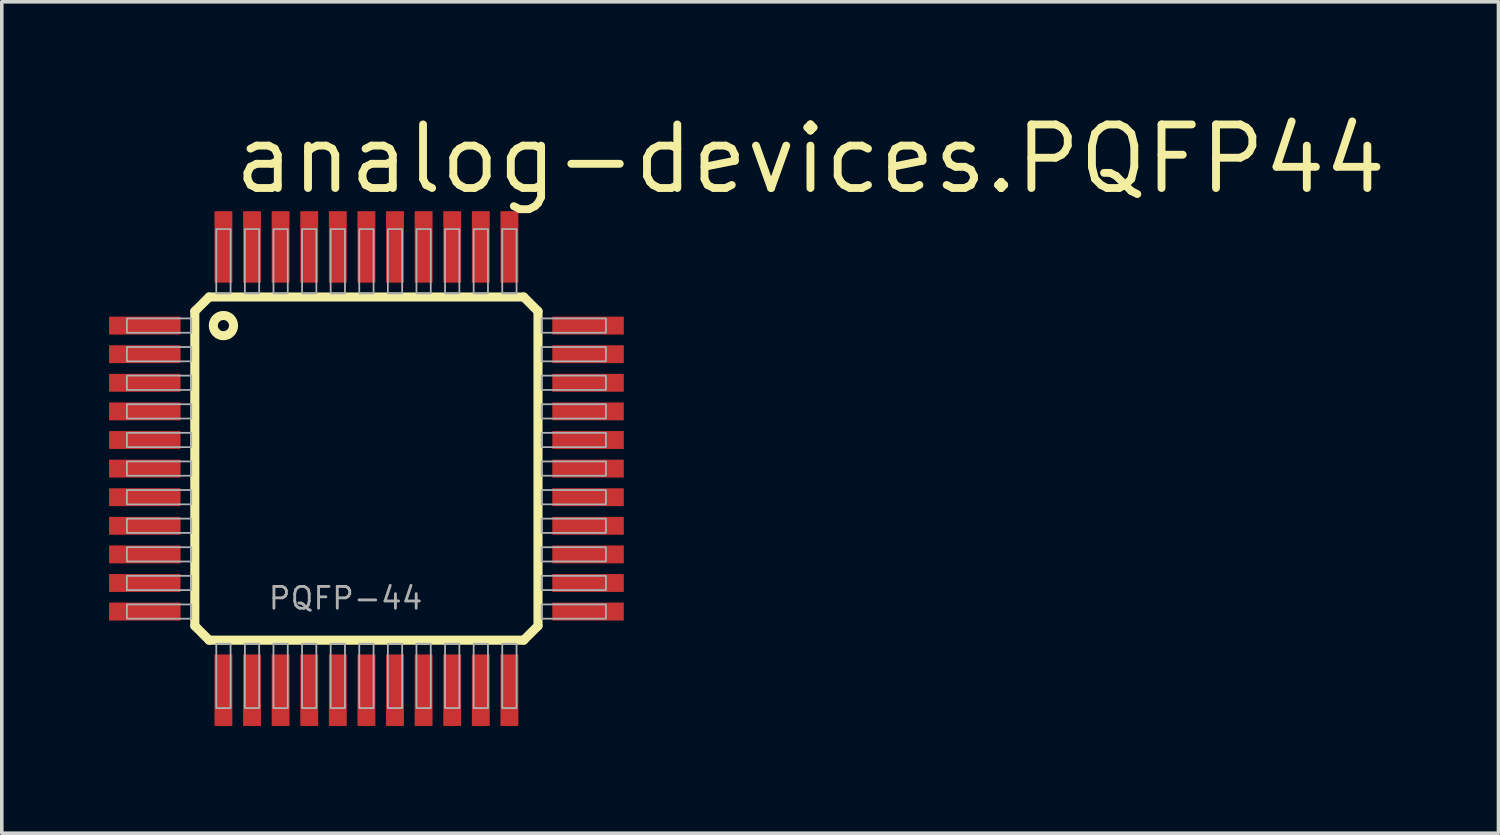
<source format=kicad_pcb>
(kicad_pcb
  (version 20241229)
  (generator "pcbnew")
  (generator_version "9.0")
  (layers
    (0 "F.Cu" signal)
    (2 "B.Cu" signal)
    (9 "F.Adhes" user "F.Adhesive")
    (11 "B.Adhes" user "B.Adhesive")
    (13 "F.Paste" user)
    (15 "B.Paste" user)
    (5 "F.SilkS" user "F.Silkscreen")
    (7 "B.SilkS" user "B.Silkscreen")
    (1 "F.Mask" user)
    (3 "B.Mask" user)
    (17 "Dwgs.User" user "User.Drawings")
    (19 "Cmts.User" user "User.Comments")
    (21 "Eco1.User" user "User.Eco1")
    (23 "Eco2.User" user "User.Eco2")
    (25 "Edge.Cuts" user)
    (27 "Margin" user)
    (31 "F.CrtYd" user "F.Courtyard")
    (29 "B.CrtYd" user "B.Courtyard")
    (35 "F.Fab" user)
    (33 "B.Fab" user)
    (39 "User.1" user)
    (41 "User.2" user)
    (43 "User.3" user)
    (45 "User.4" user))
  (footprint "analog-devices.PQFP44"
    (layer "F.Cu")
    (at 7.2 10.058)
    (property "Reference" "analog-devices.PQFP44" (at -3.81 -7.62 0) (layer "F.SilkS") (effects (font (size 1.778 1.778) (thickness 0.22)) (justify left bottom)))
    (attr smd)
    (fp_line (start -4.8 -4.4) (end -4.4 -4.8) (stroke (width 0.254) (type default)) (layer "F.SilkS"))
    (fp_line (start -4.8 4.4) (end -4.8 -4.4) (stroke (width 0.254) (type default)) (layer "F.SilkS"))
    (fp_line (start -4.4 -4.8) (end 4.4 -4.8) (stroke (width 0.254) (type default)) (layer "F.SilkS"))
    (fp_line (start -4.4 4.8) (end -4.8 4.4) (stroke (width 0.254) (type default)) (layer "F.SilkS"))
    (fp_line (start 4.4 -4.8) (end 4.8 -4.4) (stroke (width 0.254) (type default)) (layer "F.SilkS"))
    (fp_line (start 4.4 4.8) (end -4.4 4.8) (stroke (width 0.254) (type default)) (layer "F.SilkS"))
    (fp_line (start 4.8 -4.4) (end 4.8 4.4) (stroke (width 0.254) (type default)) (layer "F.SilkS"))
    (fp_line (start 4.8 4.4) (end 4.4 4.8) (stroke (width 0.254) (type default)) (layer "F.SilkS"))
    (fp_circle (center -4 -4) (end -3.717 -4) (stroke (width 0.254) (type default)) (fill no) (layer "F.SilkS"))
    (fp_rect (start -6.7 -3.8) (end -4.9 -4.2) (stroke (width 0.05) (type default)) (fill no) (layer "F.Fab"))
    (fp_rect (start -6.7 -3) (end -4.9 -3.4) (stroke (width 0.05) (type default)) (fill no) (layer "F.Fab"))
    (fp_rect (start -6.7 -2.2) (end -4.9 -2.6) (stroke (width 0.05) (type default)) (fill no) (layer "F.Fab"))
    (fp_rect (start -6.7 -1.4) (end -4.9 -1.8) (stroke (width 0.05) (type default)) (fill no) (layer "F.Fab"))
    (fp_rect (start -6.7 -0.6) (end -4.9 -1) (stroke (width 0.05) (type default)) (fill no) (layer "F.Fab"))
    (fp_rect (start -6.7 0.2) (end -4.9 -0.2) (stroke (width 0.05) (type default)) (fill no) (layer "F.Fab"))
    (fp_rect (start -6.7 1) (end -4.9 0.6) (stroke (width 0.05) (type default)) (fill no) (layer "F.Fab"))
    (fp_rect (start -6.7 1.8) (end -4.9 1.4) (stroke (width 0.05) (type default)) (fill no) (layer "F.Fab"))
    (fp_rect (start -6.7 2.6) (end -4.9 2.2) (stroke (width 0.05) (type default)) (fill no) (layer "F.Fab"))
    (fp_rect (start -6.7 3.4) (end -4.9 3) (stroke (width 0.05) (type default)) (fill no) (layer "F.Fab"))
    (fp_rect (start -6.7 4.2) (end -4.9 3.8) (stroke (width 0.05) (type default)) (fill no) (layer "F.Fab"))
    (fp_rect (start -4.2 -4.9) (end -3.8 -6.7) (stroke (width 0.05) (type default)) (fill no) (layer "F.Fab"))
    (fp_rect (start -4.2 6.7) (end -3.8 4.9) (stroke (width 0.05) (type default)) (fill no) (layer "F.Fab"))
    (fp_rect (start -3.4 -4.9) (end -3 -6.7) (stroke (width 0.05) (type default)) (fill no) (layer "F.Fab"))
    (fp_rect (start -3.4 6.7) (end -3 4.9) (stroke (width 0.05) (type default)) (fill no) (layer "F.Fab"))
    (fp_rect (start -2.6 -4.9) (end -2.2 -6.7) (stroke (width 0.05) (type default)) (fill no) (layer "F.Fab"))
    (fp_rect (start -2.6 6.7) (end -2.2 4.9) (stroke (width 0.05) (type default)) (fill no) (layer "F.Fab"))
    (fp_rect (start -1.8 -4.9) (end -1.4 -6.7) (stroke (width 0.05) (type default)) (fill no) (layer "F.Fab"))
    (fp_rect (start -1.8 6.7) (end -1.4 4.9) (stroke (width 0.05) (type default)) (fill no) (layer "F.Fab"))
    (fp_rect (start -1 -4.9) (end -0.6 -6.7) (stroke (width 0.05) (type default)) (fill no) (layer "F.Fab"))
    (fp_rect (start -1 6.7) (end -0.6 4.9) (stroke (width 0.05) (type default)) (fill no) (layer "F.Fab"))
    (fp_rect (start -0.2 -4.9) (end 0.2 -6.7) (stroke (width 0.05) (type default)) (fill no) (layer "F.Fab"))
    (fp_rect (start -0.2 6.7) (end 0.2 4.9) (stroke (width 0.05) (type default)) (fill no) (layer "F.Fab"))
    (fp_rect (start 0.6 -4.9) (end 1 -6.7) (stroke (width 0.05) (type default)) (fill no) (layer "F.Fab"))
    (fp_rect (start 0.6 6.7) (end 1 4.9) (stroke (width 0.05) (type default)) (fill no) (layer "F.Fab"))
    (fp_rect (start 1.4 -4.9) (end 1.8 -6.7) (stroke (width 0.05) (type default)) (fill no) (layer "F.Fab"))
    (fp_rect (start 1.4 6.7) (end 1.8 4.9) (stroke (width 0.05) (type default)) (fill no) (layer "F.Fab"))
    (fp_rect (start 2.2 -4.9) (end 2.6 -6.7) (stroke (width 0.05) (type default)) (fill no) (layer "F.Fab"))
    (fp_rect (start 2.2 6.7) (end 2.6 4.9) (stroke (width 0.05) (type default)) (fill no) (layer "F.Fab"))
    (fp_rect (start 3 -4.9) (end 3.4 -6.7) (stroke (width 0.05) (type default)) (fill no) (layer "F.Fab"))
    (fp_rect (start 3 6.7) (end 3.4 4.9) (stroke (width 0.05) (type default)) (fill no) (layer "F.Fab"))
    (fp_rect (start 3.8 -4.9) (end 4.2 -6.7) (stroke (width 0.05) (type default)) (fill no) (layer "F.Fab"))
    (fp_rect (start 3.8 6.7) (end 4.2 4.9) (stroke (width 0.05) (type default)) (fill no) (layer "F.Fab"))
    (fp_rect (start 4.9 -3.8) (end 6.7 -4.2) (stroke (width 0.05) (type default)) (fill no) (layer "F.Fab"))
    (fp_rect (start 4.9 -3) (end 6.7 -3.4) (stroke (width 0.05) (type default)) (fill no) (layer "F.Fab"))
    (fp_rect (start 4.9 -2.2) (end 6.7 -2.6) (stroke (width 0.05) (type default)) (fill no) (layer "F.Fab"))
    (fp_rect (start 4.9 -1.4) (end 6.7 -1.8) (stroke (width 0.05) (type default)) (fill no) (layer "F.Fab"))
    (fp_rect (start 4.9 -0.6) (end 6.7 -1) (stroke (width 0.05) (type default)) (fill no) (layer "F.Fab"))
    (fp_rect (start 4.9 0.2) (end 6.7 -0.2) (stroke (width 0.05) (type default)) (fill no) (layer "F.Fab"))
    (fp_rect (start 4.9 1) (end 6.7 0.6) (stroke (width 0.05) (type default)) (fill no) (layer "F.Fab"))
    (fp_rect (start 4.9 1.8) (end 6.7 1.4) (stroke (width 0.05) (type default)) (fill no) (layer "F.Fab"))
    (fp_rect (start 4.9 2.6) (end 6.7 2.2) (stroke (width 0.05) (type default)) (fill no) (layer "F.Fab"))
    (fp_rect (start 4.9 3.4) (end 6.7 3) (stroke (width 0.05) (type default)) (fill no) (layer "F.Fab"))
    (fp_rect (start 4.9 4.2) (end 6.7 3.8) (stroke (width 0.05) (type default)) (fill no) (layer "F.Fab"))
    (fp_text user "PQFP-44" (at -2.785 3.985 0) (layer "F.Fab") (effects (font (size 0.61 0.61) (thickness 0.08)) (justify left bottom)))
    (pad "1" smd roundrect (at -6.2 -4) (size 2 0.5) (layers "F.Cu" "F.Mask" "F.Paste") (roundrect_rratio 0.01))
    (pad "2" smd roundrect (at -6.2 -3.2) (size 2 0.5) (layers "F.Cu" "F.Mask" "F.Paste") (roundrect_rratio 0.01))
    (pad "3" smd roundrect (at -6.2 -2.4) (size 2 0.5) (layers "F.Cu" "F.Mask" "F.Paste") (roundrect_rratio 0.01))
    (pad "4" smd roundrect (at -6.2 -1.6) (size 2 0.5) (layers "F.Cu" "F.Mask" "F.Paste") (roundrect_rratio 0.01))
    (pad "5" smd roundrect (at -6.2 -0.8) (size 2 0.5) (layers "F.Cu" "F.Mask" "F.Paste") (roundrect_rratio 0.01))
    (pad "6" smd roundrect (at -6.2 0) (size 2 0.5) (layers "F.Cu" "F.Mask" "F.Paste") (roundrect_rratio 0.01))
    (pad "7" smd roundrect (at -6.2 0.8) (size 2 0.5) (layers "F.Cu" "F.Mask" "F.Paste") (roundrect_rratio 0.01))
    (pad "8" smd roundrect (at -6.2 1.6) (size 2 0.5) (layers "F.Cu" "F.Mask" "F.Paste") (roundrect_rratio 0.01))
    (pad "9" smd roundrect (at -6.2 2.4) (size 2 0.5) (layers "F.Cu" "F.Mask" "F.Paste") (roundrect_rratio 0.01))
    (pad "10" smd roundrect (at -6.2 3.2) (size 2 0.5) (layers "F.Cu" "F.Mask" "F.Paste") (roundrect_rratio 0.01))
    (pad "11" smd roundrect (at -6.2 4) (size 2 0.5) (layers "F.Cu" "F.Mask" "F.Paste") (roundrect_rratio 0.01))
    (pad "12" smd roundrect (at -4 6.2) (size 0.5 2) (layers "F.Cu" "F.Mask" "F.Paste") (roundrect_rratio 0.01))
    (pad "13" smd roundrect (at -3.2 6.2) (size 0.5 2) (layers "F.Cu" "F.Mask" "F.Paste") (roundrect_rratio 0.01))
    (pad "14" smd roundrect (at -2.4 6.2) (size 0.5 2) (layers "F.Cu" "F.Mask" "F.Paste") (roundrect_rratio 0.01))
    (pad "15" smd roundrect (at -1.6 6.2) (size 0.5 2) (layers "F.Cu" "F.Mask" "F.Paste") (roundrect_rratio 0.01))
    (pad "16" smd roundrect (at -0.8 6.2) (size 0.5 2) (layers "F.Cu" "F.Mask" "F.Paste") (roundrect_rratio 0.01))
    (pad "17" smd roundrect (at 0 6.2) (size 0.5 2) (layers "F.Cu" "F.Mask" "F.Paste") (roundrect_rratio 0.01))
    (pad "18" smd roundrect (at 0.8 6.2) (size 0.5 2) (layers "F.Cu" "F.Mask" "F.Paste") (roundrect_rratio 0.01))
    (pad "19" smd roundrect (at 1.6 6.2) (size 0.5 2) (layers "F.Cu" "F.Mask" "F.Paste") (roundrect_rratio 0.01))
    (pad "20" smd roundrect (at 2.4 6.2) (size 0.5 2) (layers "F.Cu" "F.Mask" "F.Paste") (roundrect_rratio 0.01))
    (pad "21" smd roundrect (at 3.2 6.2) (size 0.5 2) (layers "F.Cu" "F.Mask" "F.Paste") (roundrect_rratio 0.01))
    (pad "22" smd roundrect (at 4 6.2) (size 0.5 2) (layers "F.Cu" "F.Mask" "F.Paste") (roundrect_rratio 0.01))
    (pad "23" smd roundrect (at 6.2 4) (size 2 0.5) (layers "F.Cu" "F.Mask" "F.Paste") (roundrect_rratio 0.01))
    (pad "24" smd roundrect (at 6.2 3.2) (size 2 0.5) (layers "F.Cu" "F.Mask" "F.Paste") (roundrect_rratio 0.01))
    (pad "25" smd roundrect (at 6.2 2.4) (size 2 0.5) (layers "F.Cu" "F.Mask" "F.Paste") (roundrect_rratio 0.01))
    (pad "26" smd roundrect (at 6.2 1.6) (size 2 0.5) (layers "F.Cu" "F.Mask" "F.Paste") (roundrect_rratio 0.01))
    (pad "27" smd roundrect (at 6.2 0.8) (size 2 0.5) (layers "F.Cu" "F.Mask" "F.Paste") (roundrect_rratio 0.01))
    (pad "28" smd roundrect (at 6.2 0) (size 2 0.5) (layers "F.Cu" "F.Mask" "F.Paste") (roundrect_rratio 0.01))
    (pad "29" smd roundrect (at 6.2 -0.8) (size 2 0.5) (layers "F.Cu" "F.Mask" "F.Paste") (roundrect_rratio 0.01))
    (pad "30" smd roundrect (at 6.2 -1.6) (size 2 0.5) (layers "F.Cu" "F.Mask" "F.Paste") (roundrect_rratio 0.01))
    (pad "31" smd roundrect (at 6.2 -2.4) (size 2 0.5) (layers "F.Cu" "F.Mask" "F.Paste") (roundrect_rratio 0.01))
    (pad "32" smd roundrect (at 6.2 -3.2) (size 2 0.5) (layers "F.Cu" "F.Mask" "F.Paste") (roundrect_rratio 0.01))
    (pad "33" smd roundrect (at 6.2 -4) (size 2 0.5) (layers "F.Cu" "F.Mask" "F.Paste") (roundrect_rratio 0.01))
    (pad "34" smd roundrect (at 4 -6.2) (size 0.5 2) (layers "F.Cu" "F.Mask" "F.Paste") (roundrect_rratio 0.01))
    (pad "35" smd roundrect (at 3.2 -6.2) (size 0.5 2) (layers "F.Cu" "F.Mask" "F.Paste") (roundrect_rratio 0.01))
    (pad "36" smd roundrect (at 2.4 -6.2) (size 0.5 2) (layers "F.Cu" "F.Mask" "F.Paste") (roundrect_rratio 0.01))
    (pad "37" smd roundrect (at 1.6 -6.2) (size 0.5 2) (layers "F.Cu" "F.Mask" "F.Paste") (roundrect_rratio 0.01))
    (pad "38" smd roundrect (at 0.8 -6.2) (size 0.5 2) (layers "F.Cu" "F.Mask" "F.Paste") (roundrect_rratio 0.01))
    (pad "39" smd roundrect (at 0 -6.2) (size 0.5 2) (layers "F.Cu" "F.Mask" "F.Paste") (roundrect_rratio 0.01))
    (pad "40" smd roundrect (at -0.8 -6.2) (size 0.5 2) (layers "F.Cu" "F.Mask" "F.Paste") (roundrect_rratio 0.01))
    (pad "41" smd roundrect (at -1.6 -6.2) (size 0.5 2) (layers "F.Cu" "F.Mask" "F.Paste") (roundrect_rratio 0.01))
    (pad "42" smd roundrect (at -2.4 -6.2) (size 0.5 2) (layers "F.Cu" "F.Mask" "F.Paste") (roundrect_rratio 0.01))
    (pad "43" smd roundrect (at -3.2 -6.2) (size 0.5 2) (layers "F.Cu" "F.Mask" "F.Paste") (roundrect_rratio 0.01))
    (pad "44" smd roundrect (at -4 -6.2) (size 0.5 2) (layers "F.Cu" "F.Mask" "F.Paste") (roundrect_rratio 0.01)))
  (gr_rect
    (start -3 -3)
    (end 38.868 20.258)
    (stroke (width 0.1) (type default))
    (fill no)
    (layer "Edge.Cuts")))
</source>
